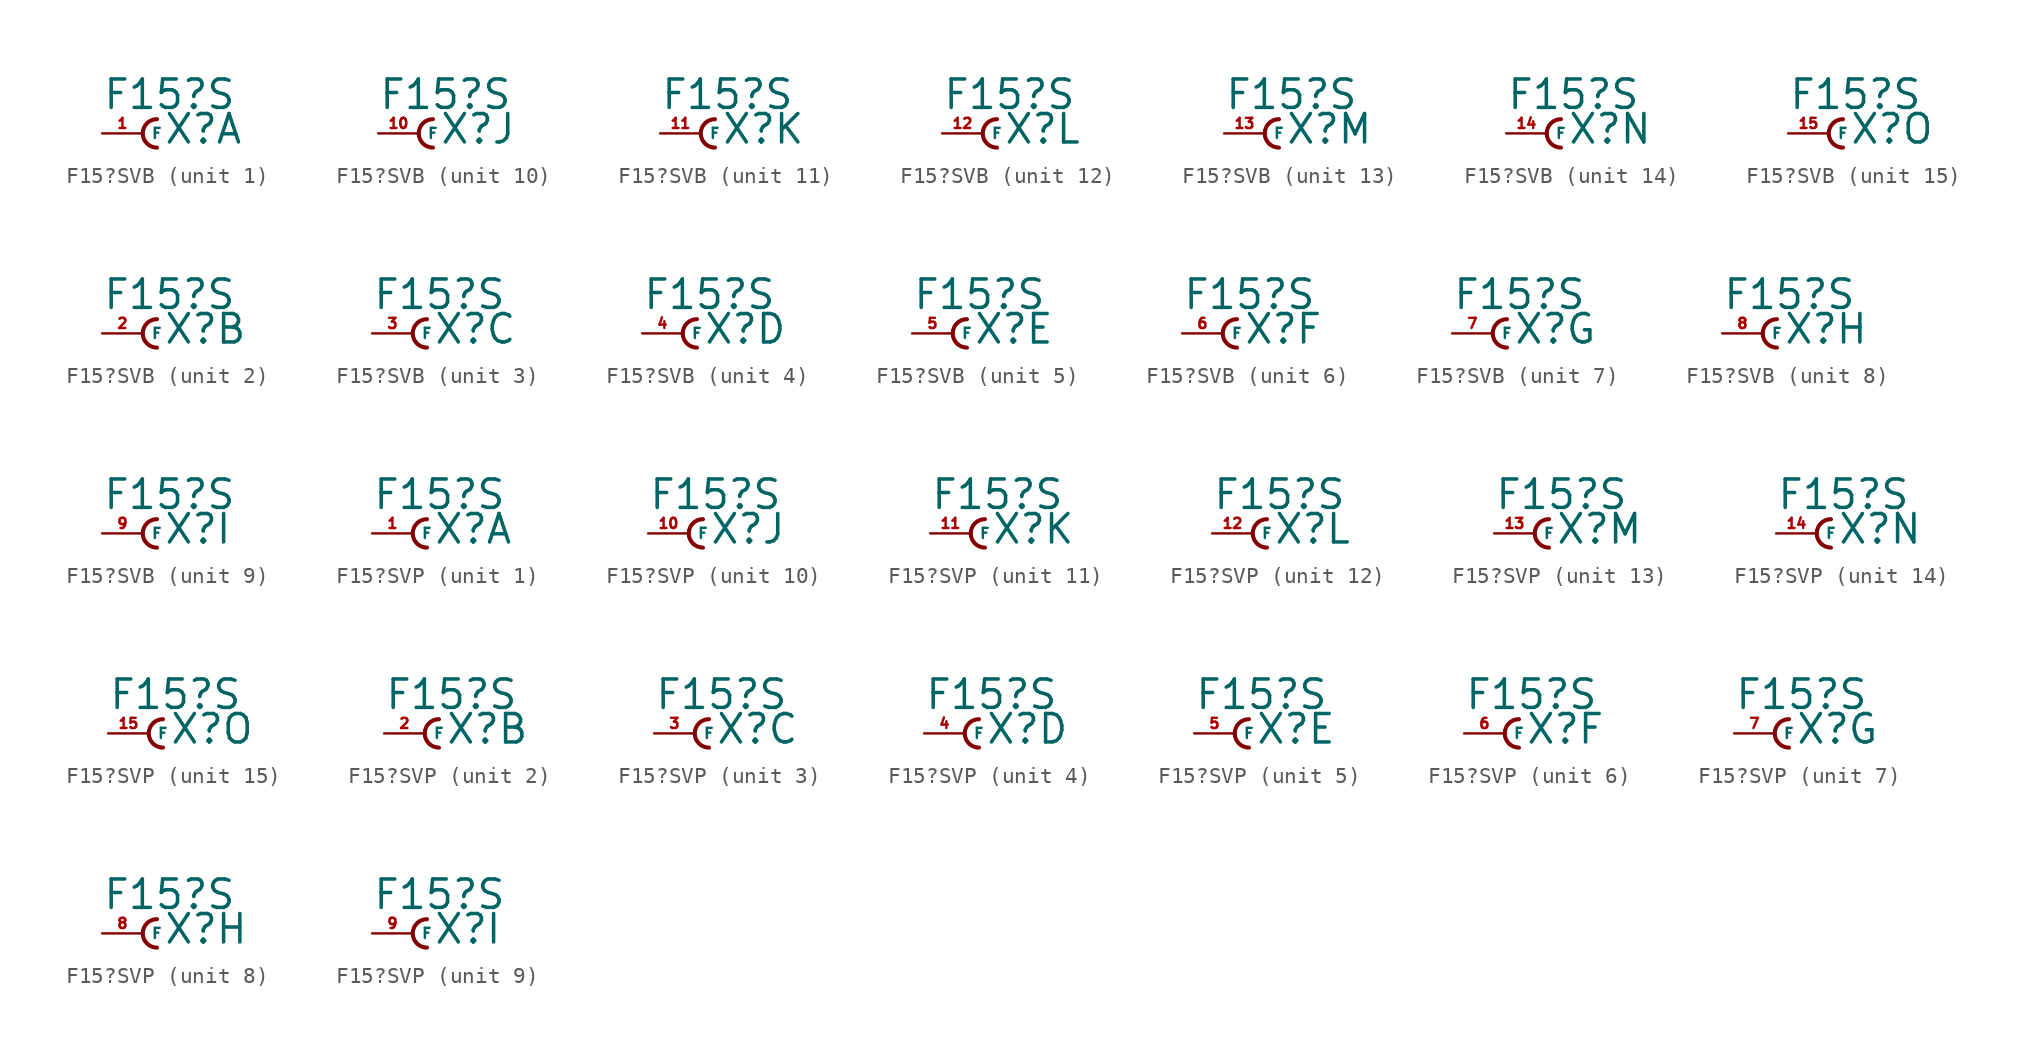
<source format=kicad_sym>
(kicad_symbol_lib
  (version 20220914)
  (generator Eagle2Kicad)
  (symbol "F15?SVB"
    (property "Reference" "X"
      (at 1.27 -0.762 0)
      (effects (font (size 1.778 1.778) (thickness 0.22)) (justify left bottom)))
    (property "Value" "F15?S"
      (at -2.54 1.397 0)
      (effects (font (size 1.778 1.778) (thickness 0.22)) (justify left bottom)))
    (symbol "F15?SVB_1_0"
      (arc (start 0.889 0.889) (mid 0.000 0.000) (end 0.889 -0.889) (stroke (width 0.254) (type default)) (fill (type none)))
      (pin passive line (at -2.54 0 0) (length 2.54) (name "F" (effects (font (size 0.635 0.635) (thickness 0.08)) (justify left bottom))) (number "1" (effects (font (size 0.635 0.635) (thickness 0.08)) (justify left bottom)))))
    (symbol "F15?SVB_2_0"
      (arc (start 0.889 0.889) (mid 0.000 0.000) (end 0.889 -0.889) (stroke (width 0.254) (type default)) (fill (type none)))
      (pin passive line (at -2.54 0 0) (length 2.54) (name "F" (effects (font (size 0.635 0.635) (thickness 0.08)) (justify left bottom))) (number "2" (effects (font (size 0.635 0.635) (thickness 0.08)) (justify left bottom)))))
    (symbol "F15?SVB_3_0"
      (arc (start 0.889 0.889) (mid 0.000 0.000) (end 0.889 -0.889) (stroke (width 0.254) (type default)) (fill (type none)))
      (pin passive line (at -2.54 0 0) (length 2.54) (name "F" (effects (font (size 0.635 0.635) (thickness 0.08)) (justify left bottom))) (number "3" (effects (font (size 0.635 0.635) (thickness 0.08)) (justify left bottom)))))
    (symbol "F15?SVB_4_0"
      (arc (start 0.889 0.889) (mid 0.000 0.000) (end 0.889 -0.889) (stroke (width 0.254) (type default)) (fill (type none)))
      (pin passive line (at -2.54 0 0) (length 2.54) (name "F" (effects (font (size 0.635 0.635) (thickness 0.08)) (justify left bottom))) (number "4" (effects (font (size 0.635 0.635) (thickness 0.08)) (justify left bottom)))))
    (symbol "F15?SVB_5_0"
      (arc (start 0.889 0.889) (mid 0.000 0.000) (end 0.889 -0.889) (stroke (width 0.254) (type default)) (fill (type none)))
      (pin passive line (at -2.54 0 0) (length 2.54) (name "F" (effects (font (size 0.635 0.635) (thickness 0.08)) (justify left bottom))) (number "5" (effects (font (size 0.635 0.635) (thickness 0.08)) (justify left bottom)))))
    (symbol "F15?SVB_6_0"
      (arc (start 0.889 0.889) (mid 0.000 0.000) (end 0.889 -0.889) (stroke (width 0.254) (type default)) (fill (type none)))
      (pin passive line (at -2.54 0 0) (length 2.54) (name "F" (effects (font (size 0.635 0.635) (thickness 0.08)) (justify left bottom))) (number "6" (effects (font (size 0.635 0.635) (thickness 0.08)) (justify left bottom)))))
    (symbol "F15?SVB_7_0"
      (arc (start 0.889 0.889) (mid 0.000 0.000) (end 0.889 -0.889) (stroke (width 0.254) (type default)) (fill (type none)))
      (pin passive line (at -2.54 0 0) (length 2.54) (name "F" (effects (font (size 0.635 0.635) (thickness 0.08)) (justify left bottom))) (number "7" (effects (font (size 0.635 0.635) (thickness 0.08)) (justify left bottom)))))
    (symbol "F15?SVB_8_0"
      (arc (start 0.889 0.889) (mid 0.000 0.000) (end 0.889 -0.889) (stroke (width 0.254) (type default)) (fill (type none)))
      (pin passive line (at -2.54 0 0) (length 2.54) (name "F" (effects (font (size 0.635 0.635) (thickness 0.08)) (justify left bottom))) (number "8" (effects (font (size 0.635 0.635) (thickness 0.08)) (justify left bottom)))))
    (symbol "F15?SVB_9_0"
      (arc (start 0.889 0.889) (mid 0.000 0.000) (end 0.889 -0.889) (stroke (width 0.254) (type default)) (fill (type none)))
      (pin passive line (at -2.54 0 0) (length 2.54) (name "F" (effects (font (size 0.635 0.635) (thickness 0.08)) (justify left bottom))) (number "9" (effects (font (size 0.635 0.635) (thickness 0.08)) (justify left bottom)))))
    (symbol "F15?SVB_10_0"
      (arc (start 0.889 0.889) (mid 0.000 0.000) (end 0.889 -0.889) (stroke (width 0.254) (type default)) (fill (type none)))
      (pin passive line (at -2.54 0 0) (length 2.54) (name "F" (effects (font (size 0.635 0.635) (thickness 0.08)) (justify left bottom))) (number "10" (effects (font (size 0.635 0.635) (thickness 0.08)) (justify left bottom)))))
    (symbol "F15?SVB_11_0"
      (arc (start 0.889 0.889) (mid 0.000 0.000) (end 0.889 -0.889) (stroke (width 0.254) (type default)) (fill (type none)))
      (pin passive line (at -2.54 0 0) (length 2.54) (name "F" (effects (font (size 0.635 0.635) (thickness 0.08)) (justify left bottom))) (number "11" (effects (font (size 0.635 0.635) (thickness 0.08)) (justify left bottom)))))
    (symbol "F15?SVB_12_0"
      (arc (start 0.889 0.889) (mid 0.000 0.000) (end 0.889 -0.889) (stroke (width 0.254) (type default)) (fill (type none)))
      (pin passive line (at -2.54 0 0) (length 2.54) (name "F" (effects (font (size 0.635 0.635) (thickness 0.08)) (justify left bottom))) (number "12" (effects (font (size 0.635 0.635) (thickness 0.08)) (justify left bottom)))))
    (symbol "F15?SVB_13_0"
      (arc (start 0.889 0.889) (mid 0.000 0.000) (end 0.889 -0.889) (stroke (width 0.254) (type default)) (fill (type none)))
      (pin passive line (at -2.54 0 0) (length 2.54) (name "F" (effects (font (size 0.635 0.635) (thickness 0.08)) (justify left bottom))) (number "13" (effects (font (size 0.635 0.635) (thickness 0.08)) (justify left bottom)))))
    (symbol "F15?SVB_14_0"
      (arc (start 0.889 0.889) (mid 0.000 0.000) (end 0.889 -0.889) (stroke (width 0.254) (type default)) (fill (type none)))
      (pin passive line (at -2.54 0 0) (length 2.54) (name "F" (effects (font (size 0.635 0.635) (thickness 0.08)) (justify left bottom))) (number "14" (effects (font (size 0.635 0.635) (thickness 0.08)) (justify left bottom)))))
    (symbol "F15?SVB_15_0"
      (arc (start 0.889 0.889) (mid 0.000 0.000) (end 0.889 -0.889) (stroke (width 0.254) (type default)) (fill (type none)))
      (pin passive line (at -2.54 0 0) (length 2.54) (name "F" (effects (font (size 0.635 0.635) (thickness 0.08)) (justify left bottom))) (number "15" (effects (font (size 0.635 0.635) (thickness 0.08)) (justify left bottom))))))
  (symbol "F15?SVP"
    (property "Reference" "X"
      (at 1.27 -0.762 0)
      (effects (font (size 1.778 1.778) (thickness 0.22)) (justify left bottom)))
    (property "Value" "F15?S"
      (at -2.54 1.397 0)
      (effects (font (size 1.778 1.778) (thickness 0.22)) (justify left bottom)))
    (symbol "F15?SVP_1_0"
      (arc (start 0.889 0.889) (mid 0.000 0.000) (end 0.889 -0.889) (stroke (width 0.254) (type default)) (fill (type none)))
      (pin passive line (at -2.54 0 0) (length 2.54) (name "F" (effects (font (size 0.635 0.635) (thickness 0.08)) (justify left bottom))) (number "1" (effects (font (size 0.635 0.635) (thickness 0.08)) (justify left bottom)))))
    (symbol "F15?SVP_2_0"
      (arc (start 0.889 0.889) (mid 0.000 0.000) (end 0.889 -0.889) (stroke (width 0.254) (type default)) (fill (type none)))
      (pin passive line (at -2.54 0 0) (length 2.54) (name "F" (effects (font (size 0.635 0.635) (thickness 0.08)) (justify left bottom))) (number "2" (effects (font (size 0.635 0.635) (thickness 0.08)) (justify left bottom)))))
    (symbol "F15?SVP_3_0"
      (arc (start 0.889 0.889) (mid 0.000 0.000) (end 0.889 -0.889) (stroke (width 0.254) (type default)) (fill (type none)))
      (pin passive line (at -2.54 0 0) (length 2.54) (name "F" (effects (font (size 0.635 0.635) (thickness 0.08)) (justify left bottom))) (number "3" (effects (font (size 0.635 0.635) (thickness 0.08)) (justify left bottom)))))
    (symbol "F15?SVP_4_0"
      (arc (start 0.889 0.889) (mid 0.000 0.000) (end 0.889 -0.889) (stroke (width 0.254) (type default)) (fill (type none)))
      (pin passive line (at -2.54 0 0) (length 2.54) (name "F" (effects (font (size 0.635 0.635) (thickness 0.08)) (justify left bottom))) (number "4" (effects (font (size 0.635 0.635) (thickness 0.08)) (justify left bottom)))))
    (symbol "F15?SVP_5_0"
      (arc (start 0.889 0.889) (mid 0.000 0.000) (end 0.889 -0.889) (stroke (width 0.254) (type default)) (fill (type none)))
      (pin passive line (at -2.54 0 0) (length 2.54) (name "F" (effects (font (size 0.635 0.635) (thickness 0.08)) (justify left bottom))) (number "5" (effects (font (size 0.635 0.635) (thickness 0.08)) (justify left bottom)))))
    (symbol "F15?SVP_6_0"
      (arc (start 0.889 0.889) (mid 0.000 0.000) (end 0.889 -0.889) (stroke (width 0.254) (type default)) (fill (type none)))
      (pin passive line (at -2.54 0 0) (length 2.54) (name "F" (effects (font (size 0.635 0.635) (thickness 0.08)) (justify left bottom))) (number "6" (effects (font (size 0.635 0.635) (thickness 0.08)) (justify left bottom)))))
    (symbol "F15?SVP_7_0"
      (arc (start 0.889 0.889) (mid 0.000 0.000) (end 0.889 -0.889) (stroke (width 0.254) (type default)) (fill (type none)))
      (pin passive line (at -2.54 0 0) (length 2.54) (name "F" (effects (font (size 0.635 0.635) (thickness 0.08)) (justify left bottom))) (number "7" (effects (font (size 0.635 0.635) (thickness 0.08)) (justify left bottom)))))
    (symbol "F15?SVP_8_0"
      (arc (start 0.889 0.889) (mid 0.000 0.000) (end 0.889 -0.889) (stroke (width 0.254) (type default)) (fill (type none)))
      (pin passive line (at -2.54 0 0) (length 2.54) (name "F" (effects (font (size 0.635 0.635) (thickness 0.08)) (justify left bottom))) (number "8" (effects (font (size 0.635 0.635) (thickness 0.08)) (justify left bottom)))))
    (symbol "F15?SVP_9_0"
      (arc (start 0.889 0.889) (mid 0.000 0.000) (end 0.889 -0.889) (stroke (width 0.254) (type default)) (fill (type none)))
      (pin passive line (at -2.54 0 0) (length 2.54) (name "F" (effects (font (size 0.635 0.635) (thickness 0.08)) (justify left bottom))) (number "9" (effects (font (size 0.635 0.635) (thickness 0.08)) (justify left bottom)))))
    (symbol "F15?SVP_10_0"
      (arc (start 0.889 0.889) (mid 0.000 0.000) (end 0.889 -0.889) (stroke (width 0.254) (type default)) (fill (type none)))
      (pin passive line (at -2.54 0 0) (length 2.54) (name "F" (effects (font (size 0.635 0.635) (thickness 0.08)) (justify left bottom))) (number "10" (effects (font (size 0.635 0.635) (thickness 0.08)) (justify left bottom)))))
    (symbol "F15?SVP_11_0"
      (arc (start 0.889 0.889) (mid 0.000 0.000) (end 0.889 -0.889) (stroke (width 0.254) (type default)) (fill (type none)))
      (pin passive line (at -2.54 0 0) (length 2.54) (name "F" (effects (font (size 0.635 0.635) (thickness 0.08)) (justify left bottom))) (number "11" (effects (font (size 0.635 0.635) (thickness 0.08)) (justify left bottom)))))
    (symbol "F15?SVP_12_0"
      (arc (start 0.889 0.889) (mid 0.000 0.000) (end 0.889 -0.889) (stroke (width 0.254) (type default)) (fill (type none)))
      (pin passive line (at -2.54 0 0) (length 2.54) (name "F" (effects (font (size 0.635 0.635) (thickness 0.08)) (justify left bottom))) (number "12" (effects (font (size 0.635 0.635) (thickness 0.08)) (justify left bottom)))))
    (symbol "F15?SVP_13_0"
      (arc (start 0.889 0.889) (mid 0.000 0.000) (end 0.889 -0.889) (stroke (width 0.254) (type default)) (fill (type none)))
      (pin passive line (at -2.54 0 0) (length 2.54) (name "F" (effects (font (size 0.635 0.635) (thickness 0.08)) (justify left bottom))) (number "13" (effects (font (size 0.635 0.635) (thickness 0.08)) (justify left bottom)))))
    (symbol "F15?SVP_14_0"
      (arc (start 0.889 0.889) (mid 0.000 0.000) (end 0.889 -0.889) (stroke (width 0.254) (type default)) (fill (type none)))
      (pin passive line (at -2.54 0 0) (length 2.54) (name "F" (effects (font (size 0.635 0.635) (thickness 0.08)) (justify left bottom))) (number "14" (effects (font (size 0.635 0.635) (thickness 0.08)) (justify left bottom)))))
    (symbol "F15?SVP_15_0"
      (arc (start 0.889 0.889) (mid 0.000 0.000) (end 0.889 -0.889) (stroke (width 0.254) (type default)) (fill (type none)))
      (pin passive line (at -2.54 0 0) (length 2.54) (name "F" (effects (font (size 0.635 0.635) (thickness 0.08)) (justify left bottom))) (number "15" (effects (font (size 0.635 0.635) (thickness 0.08)) (justify left bottom)))))))
</source>
